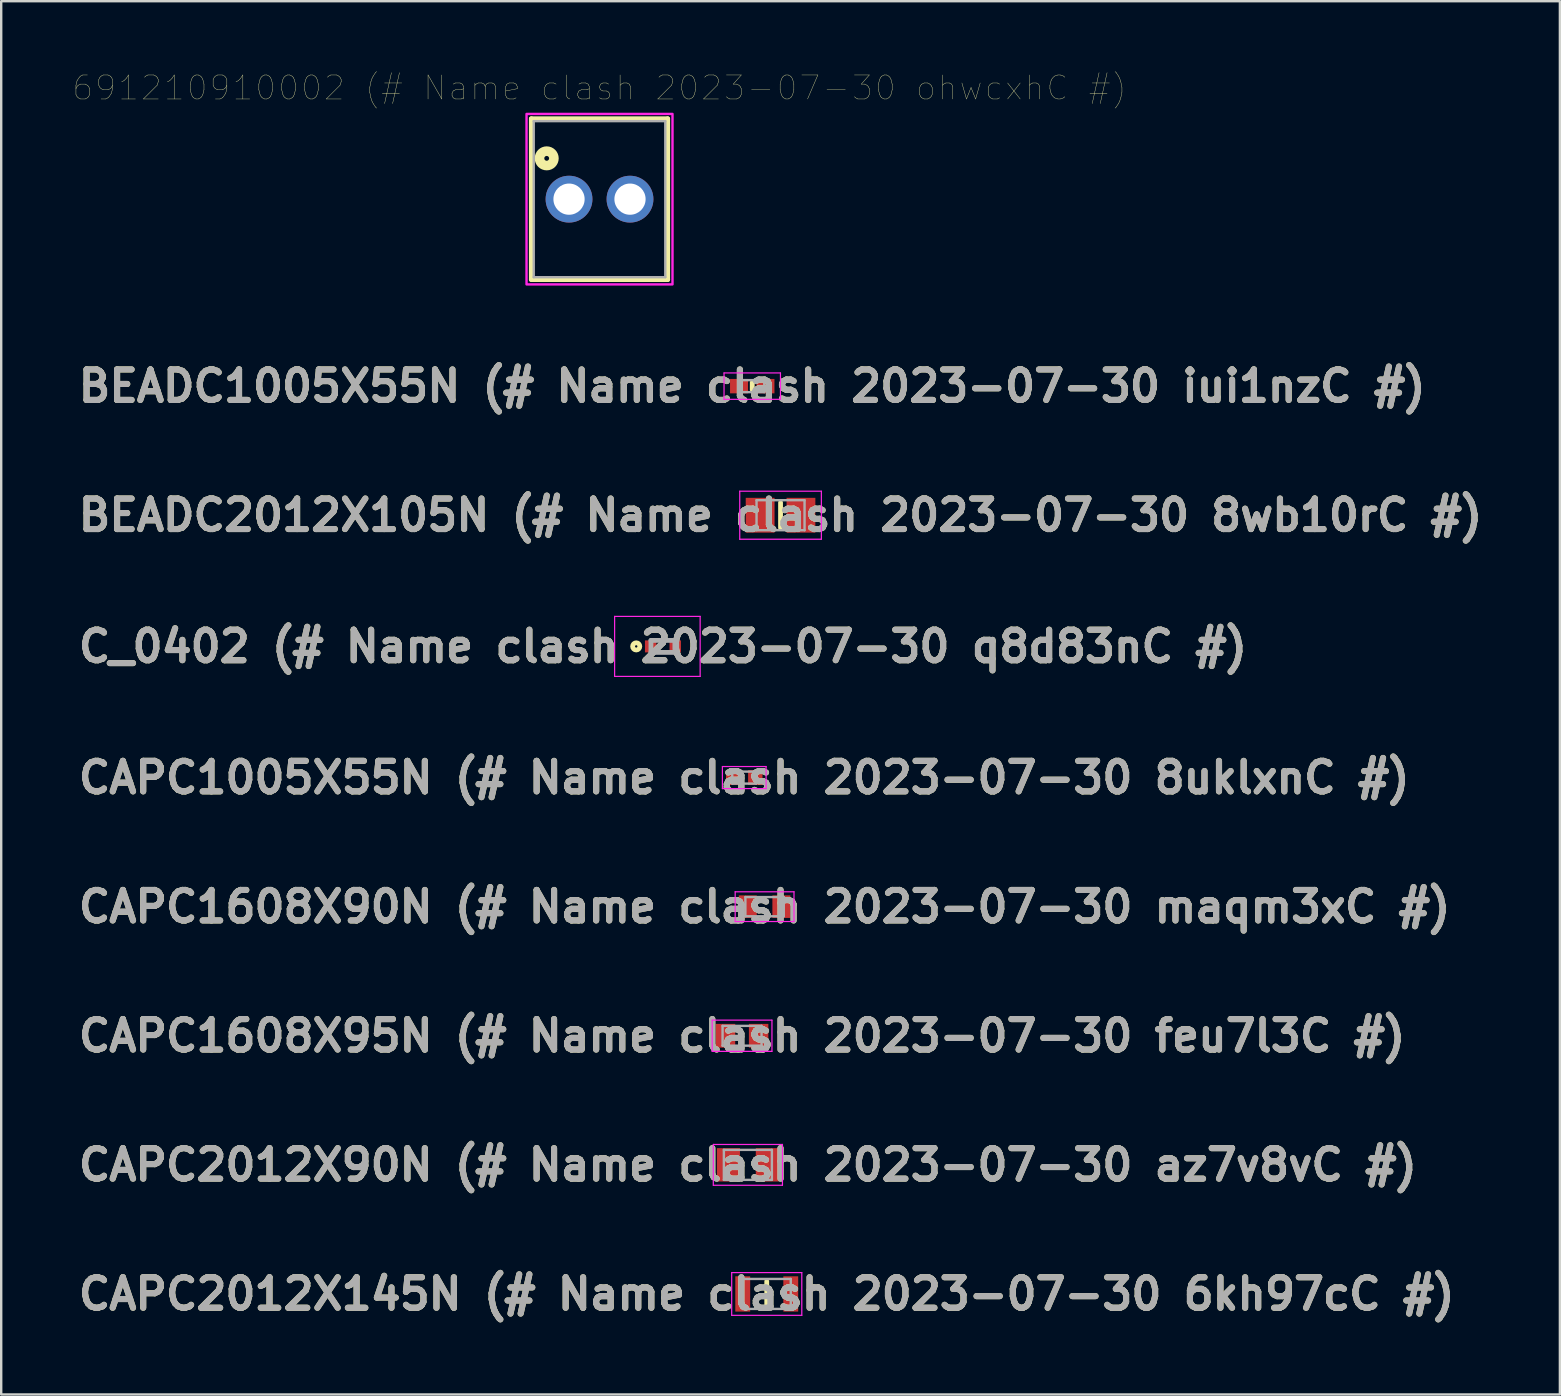
<source format=kicad_pcb>
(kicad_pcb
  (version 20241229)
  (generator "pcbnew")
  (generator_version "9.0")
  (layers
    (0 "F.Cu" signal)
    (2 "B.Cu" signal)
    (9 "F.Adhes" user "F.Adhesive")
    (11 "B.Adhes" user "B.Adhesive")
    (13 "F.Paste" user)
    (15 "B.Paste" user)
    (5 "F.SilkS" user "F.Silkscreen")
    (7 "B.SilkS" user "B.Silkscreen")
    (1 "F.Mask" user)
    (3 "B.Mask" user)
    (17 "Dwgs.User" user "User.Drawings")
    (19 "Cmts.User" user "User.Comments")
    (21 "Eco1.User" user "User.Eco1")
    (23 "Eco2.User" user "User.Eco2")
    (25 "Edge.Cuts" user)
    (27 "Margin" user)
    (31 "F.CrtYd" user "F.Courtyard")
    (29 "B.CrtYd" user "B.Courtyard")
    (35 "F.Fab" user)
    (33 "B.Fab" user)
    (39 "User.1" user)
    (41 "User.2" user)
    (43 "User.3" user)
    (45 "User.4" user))
  (footprint "CAPC1608X95N (# Name clash 2023-07-30 feu7l3C #)"
    (layer "F.Cu")
    (at 27.861 40.095)
    (property "Reference" "CAPC1608X95N (# Name clash 2023-07-30 feu7l3C #)" (at 0 0 0) (layer "F.SilkS") (effects (font (size 1.27 1.27) (thickness 0.254))))
    (attr smd)
    (fp_line (start -1.245 -0.65) (end 1.245 -0.65) (stroke (width 0.05) (type solid)) (layer "F.CrtYd"))
    (fp_line (start -1.245 0.65) (end -1.245 -0.65) (stroke (width 0.05) (type solid)) (layer "F.CrtYd"))
    (fp_line (start 1.245 -0.65) (end 1.245 0.65) (stroke (width 0.05) (type solid)) (layer "F.CrtYd"))
    (fp_line (start 1.245 0.65) (end -1.245 0.65) (stroke (width 0.05) (type solid)) (layer "F.CrtYd"))
    (fp_line (start -0.812 -0.412) (end 0.812 -0.412) (stroke (width 0.1) (type solid)) (layer "F.Fab"))
    (fp_line (start -0.812 0.412) (end -0.812 -0.412) (stroke (width 0.1) (type solid)) (layer "F.Fab"))
    (fp_line (start 0.812 -0.412) (end 0.812 0.412) (stroke (width 0.1) (type solid)) (layer "F.Fab"))
    (fp_line (start 0.812 0.412) (end -0.812 0.412) (stroke (width 0.1) (type solid)) (layer "F.Fab"))
    (fp_text user "${REFERENCE}" (at 0 0 0) (layer "F.Fab") (effects (font (size 1.27 1.27) (thickness 0.254))))
    (pad "1" smd rect (at -0.69 0) (size 0.81 0.99) (layers "F.Cu" "F.Mask" "F.Paste"))
    (pad "2" smd rect (at 0.69 0) (size 0.81 0.99) (layers "F.Cu" "F.Mask" "F.Paste")))
  (footprint "CAPC2012X145N (# Name clash 2023-07-30 6kh97cC #)"
    (layer "F.Cu")
    (at 28.889 50.85)
    (property "Reference" "CAPC2012X145N (# Name clash 2023-07-30 6kh97cC #)" (at 0 0 0) (layer "F.SilkS") (effects (font (size 1.27 1.27) (thickness 0.254))))
    (attr smd)
    (fp_line (start 0 -0.525) (end 0 0.525) (stroke (width 0.2) (type solid)) (layer "F.SilkS"))
    (fp_line (start -1.46 -0.89) (end 1.46 -0.89) (stroke (width 0.05) (type solid)) (layer "F.CrtYd"))
    (fp_line (start -1.46 0.89) (end -1.46 -0.89) (stroke (width 0.05) (type solid)) (layer "F.CrtYd"))
    (fp_line (start 1.46 -0.89) (end 1.46 0.89) (stroke (width 0.05) (type solid)) (layer "F.CrtYd"))
    (fp_line (start 1.46 0.89) (end -1.46 0.89) (stroke (width 0.05) (type solid)) (layer "F.CrtYd"))
    (fp_line (start -1 -0.625) (end 1 -0.625) (stroke (width 0.1) (type solid)) (layer "F.Fab"))
    (fp_line (start -1 0.625) (end -1 -0.625) (stroke (width 0.1) (type solid)) (layer "F.Fab"))
    (fp_line (start 1 -0.625) (end 1 0.625) (stroke (width 0.1) (type solid)) (layer "F.Fab"))
    (fp_line (start 1 0.625) (end -1 0.625) (stroke (width 0.1) (type solid)) (layer "F.Fab"))
    (fp_text user "${REFERENCE}" (at 0 0 0) (layer "F.Fab") (effects (font (size 1.27 1.27) (thickness 0.254))))
    (pad "1" smd rect (at -1 0) (size 0.62 1.47) (layers "F.Cu" "F.Mask" "F.Paste"))
    (pad "2" smd rect (at 1 0) (size 0.62 1.47) (layers "F.Cu" "F.Mask" "F.Paste")))
  (footprint "CAPC2012X90N (# Name clash 2023-07-30 az7v8vC #)"
    (layer "F.Cu")
    (at 28.103 45.472)
    (property "Reference" "CAPC2012X90N (# Name clash 2023-07-30 az7v8vC #)" (at 0 0 0) (layer "F.SilkS") (effects (font (size 1.27 1.27) (thickness 0.254))))
    (attr smd)
    (fp_line (start -1.44 -0.85) (end 1.44 -0.85) (stroke (width 0.05) (type solid)) (layer "F.CrtYd"))
    (fp_line (start -1.44 0.85) (end -1.44 -0.85) (stroke (width 0.05) (type solid)) (layer "F.CrtYd"))
    (fp_line (start 1.44 -0.85) (end 1.44 0.85) (stroke (width 0.05) (type solid)) (layer "F.CrtYd"))
    (fp_line (start 1.44 0.85) (end -1.44 0.85) (stroke (width 0.05) (type solid)) (layer "F.CrtYd"))
    (fp_line (start -1 -0.625) (end 1 -0.625) (stroke (width 0.1) (type solid)) (layer "F.Fab"))
    (fp_line (start -1 0.625) (end -1 -0.625) (stroke (width 0.1) (type solid)) (layer "F.Fab"))
    (fp_line (start 1 -0.625) (end 1 0.625) (stroke (width 0.1) (type solid)) (layer "F.Fab"))
    (fp_line (start 1 0.625) (end -1 0.625) (stroke (width 0.1) (type solid)) (layer "F.Fab"))
    (fp_text user "${REFERENCE}" (at 0 0 0) (layer "F.Fab") (effects (font (size 1.27 1.27) (thickness 0.254))))
    (pad "1" smd rect (at -0.81 0) (size 0.96 1.39) (layers "F.Cu" "F.Mask" "F.Paste"))
    (pad "2" smd rect (at 0.81 0) (size 0.96 1.39) (layers "F.Cu" "F.Mask" "F.Paste")))
  (footprint "691210910002 (# Name clash 2023-07-30 ohwcxhC #)"
    (layer "F.Cu")
    (at 21.923 5.246)
    (property "Reference" "691210910002 (# Name clash 2023-07-30 ohwcxhC #)" (at 0 -4.635 0) (layer "F.SilkS") (effects (font (size 1 1) (thickness 0.015))))
    (attr through_hole)
    (fp_line (start -2.84 -3.35) (end 2.84 -3.35) (stroke (width 0.2) (type solid)) (layer "F.SilkS"))
    (fp_line (start -2.84 3.35) (end -2.84 -3.35) (stroke (width 0.2) (type solid)) (layer "F.SilkS"))
    (fp_line (start 2.84 -3.35) (end 2.84 3.35) (stroke (width 0.2) (type solid)) (layer "F.SilkS"))
    (fp_line (start 2.84 3.35) (end -2.84 3.35) (stroke (width 0.2) (type solid)) (layer "F.SilkS"))
    (fp_circle (center -2.2 -1.7) (end -2.1 -1.7) (stroke (width 0.4) (type solid)) (fill no) (layer "F.SilkS"))
    (fp_poly (pts (xy -3.04 -3.55) (xy 3.04 -3.55) (xy 3.04 3.55) (xy -3.04 3.55)) (stroke (width 0.1) (type solid)) (fill no) (layer "F.CrtYd"))
    (fp_line (start -2.74 -3.25) (end -2.74 3.25) (stroke (width 0.1) (type solid)) (layer "F.Fab"))
    (fp_line (start -2.74 3.25) (end 2.74 3.25) (stroke (width 0.1) (type solid)) (layer "F.Fab"))
    (fp_line (start 2.74 -3.25) (end -2.74 -3.25) (stroke (width 0.1) (type solid)) (layer "F.Fab"))
    (fp_line (start 2.74 3.25) (end 2.74 -3.25) (stroke (width 0.1) (type solid)) (layer "F.Fab"))
    (pad "1" thru_hole circle (at -1.27 0) (size 1.95 1.95) (drill 1.3) (layers "*.Cu" "*.Mask"))
    (pad "2" thru_hole circle (at 1.27 0) (size 1.95 1.95) (drill 1.3) (layers "*.Cu" "*.Mask")))
  (footprint "CAPC1005X55N (# Name clash 2023-07-30 8uklxnC #)"
    (layer "F.Cu")
    (at 27.952 29.34)
    (property "Reference" "CAPC1005X55N (# Name clash 2023-07-30 8uklxnC #)" (at 0 0 0) (layer "F.SilkS") (effects (font (size 1.27 1.27) (thickness 0.254))))
    (attr smd)
    (fp_line (start -0.91 -0.46) (end 0.91 -0.46) (stroke (width 0.05) (type solid)) (layer "F.CrtYd"))
    (fp_line (start -0.91 0.46) (end -0.91 -0.46) (stroke (width 0.05) (type solid)) (layer "F.CrtYd"))
    (fp_line (start 0.91 -0.46) (end 0.91 0.46) (stroke (width 0.05) (type solid)) (layer "F.CrtYd"))
    (fp_line (start 0.91 0.46) (end -0.91 0.46) (stroke (width 0.05) (type solid)) (layer "F.CrtYd"))
    (fp_line (start -0.5 -0.25) (end 0.5 -0.25) (stroke (width 0.1) (type solid)) (layer "F.Fab"))
    (fp_line (start -0.5 0.25) (end -0.5 -0.25) (stroke (width 0.1) (type solid)) (layer "F.Fab"))
    (fp_line (start 0.5 -0.25) (end 0.5 0.25) (stroke (width 0.1) (type solid)) (layer "F.Fab"))
    (fp_line (start 0.5 0.25) (end -0.5 0.25) (stroke (width 0.1) (type solid)) (layer "F.Fab"))
    (fp_text user "${REFERENCE}" (at 0 0 0) (layer "F.Fab") (effects (font (size 1.27 1.27) (thickness 0.254))))
    (pad "1" smd rect (at -0.46 0) (size 0.6 0.62) (layers "F.Cu" "F.Mask" "F.Paste"))
    (pad "2" smd rect (at 0.46 0) (size 0.6 0.62) (layers "F.Cu" "F.Mask" "F.Paste")))
  (footprint "BEADC1005X55N (# Name clash 2023-07-30 iui1nzC #)"
    (layer "F.Cu")
    (at 28.285 13.035)
    (property "Reference" "BEADC1005X55N (# Name clash 2023-07-30 iui1nzC #)" (at 0 0 0) (layer "F.SilkS") (effects (font (size 1.27 1.27) (thickness 0.254))))
    (attr smd)
    (fp_line (start 0 -0.15) (end 0 0.15) (stroke (width 0.2) (type solid)) (layer "F.SilkS"))
    (fp_line (start -1.175 -0.55) (end 1.175 -0.55) (stroke (width 0.05) (type solid)) (layer "F.CrtYd"))
    (fp_line (start -1.175 0.55) (end -1.175 -0.55) (stroke (width 0.05) (type solid)) (layer "F.CrtYd"))
    (fp_line (start 1.175 -0.55) (end 1.175 0.55) (stroke (width 0.05) (type solid)) (layer "F.CrtYd"))
    (fp_line (start 1.175 0.55) (end -1.175 0.55) (stroke (width 0.05) (type solid)) (layer "F.CrtYd"))
    (fp_line (start -0.5 -0.25) (end 0.5 -0.25) (stroke (width 0.1) (type solid)) (layer "F.Fab"))
    (fp_line (start -0.5 0.25) (end -0.5 -0.25) (stroke (width 0.1) (type solid)) (layer "F.Fab"))
    (fp_line (start 0.5 -0.25) (end 0.5 0.25) (stroke (width 0.1) (type solid)) (layer "F.Fab"))
    (fp_line (start 0.5 0.25) (end -0.5 0.25) (stroke (width 0.1) (type solid)) (layer "F.Fab"))
    (fp_text user "${REFERENCE}" (at 0 0 0) (layer "F.Fab") (effects (font (size 1.27 1.27) (thickness 0.254))))
    (pad "1" smd rect (at -0.55 0 90) (size 0.6 0.75) (layers "F.Cu" "F.Mask" "F.Paste"))
    (pad "2" smd rect (at 0.55 0 90) (size 0.6 0.75) (layers "F.Cu" "F.Mask" "F.Paste")))
  (footprint "C_0402 (# Name clash 2023-07-30 q8d83nC #)"
    (layer "F.Cu")
    (at 24.565 23.876)
    (property "Reference" "C_0402 (# Name clash 2023-07-30 q8d83nC #)" (at 0 0 0) (layer "F.SilkS") (effects (font (size 1.27 1.27) (thickness 0.254))))
    (attr smd)
    (fp_circle (center -1.113 0) (end -1.113 0.05) (stroke (width 0.2) (type solid)) (fill no) (layer "F.SilkS"))
    (fp_line (start -2.013 -1.25) (end 1.55 -1.25) (stroke (width 0.05) (type solid)) (layer "F.CrtYd"))
    (fp_line (start -2.013 1.25) (end -2.013 -1.25) (stroke (width 0.05) (type solid)) (layer "F.CrtYd"))
    (fp_line (start 1.55 -1.25) (end 1.55 1.25) (stroke (width 0.05) (type solid)) (layer "F.CrtYd"))
    (fp_line (start 1.55 1.25) (end -2.013 1.25) (stroke (width 0.05) (type solid)) (layer "F.CrtYd"))
    (fp_line (start -0.5 -0.25) (end 0.5 -0.25) (stroke (width 0.2) (type solid)) (layer "F.Fab"))
    (fp_line (start -0.5 0.25) (end -0.5 -0.25) (stroke (width 0.2) (type solid)) (layer "F.Fab"))
    (fp_line (start 0.5 -0.25) (end 0.5 0.25) (stroke (width 0.2) (type solid)) (layer "F.Fab"))
    (fp_line (start 0.5 0.25) (end -0.5 0.25) (stroke (width 0.2) (type solid)) (layer "F.Fab"))
    (fp_text user "${REFERENCE}" (at 0 0 0) (layer "F.Fab") (effects (font (size 1.27 1.27) (thickness 0.254))))
    (pad "1" smd rect (at -0.512 0) (size 0.475 0.5) (layers "F.Cu" "F.Mask" "F.Paste"))
    (pad "2" smd rect (at 0.512 0) (size 0.475 0.5) (layers "F.Cu" "F.Mask" "F.Paste")))
  (footprint "BEADC2012X105N (# Name clash 2023-07-30 8wb10rC #)"
    (layer "F.Cu")
    (at 29.464 18.412)
    (property "Reference" "BEADC2012X105N (# Name clash 2023-07-30 8wb10rC #)" (at 0 0 0) (layer "F.SilkS") (effects (font (size 1.27 1.27) (thickness 0.254))))
    (attr smd)
    (fp_line (start 0 -0.525) (end 0 0.525) (stroke (width 0.2) (type solid)) (layer "F.SilkS"))
    (fp_line (start -1.7 -1) (end 1.7 -1) (stroke (width 0.05) (type solid)) (layer "F.CrtYd"))
    (fp_line (start -1.7 1) (end -1.7 -1) (stroke (width 0.05) (type solid)) (layer "F.CrtYd"))
    (fp_line (start 1.7 -1) (end 1.7 1) (stroke (width 0.05) (type solid)) (layer "F.CrtYd"))
    (fp_line (start 1.7 1) (end -1.7 1) (stroke (width 0.05) (type solid)) (layer "F.CrtYd"))
    (fp_line (start -1 -0.625) (end 1 -0.625) (stroke (width 0.1) (type solid)) (layer "F.Fab"))
    (fp_line (start -1 0.625) (end -1 -0.625) (stroke (width 0.1) (type solid)) (layer "F.Fab"))
    (fp_line (start 1 -0.625) (end 1 0.625) (stroke (width 0.1) (type solid)) (layer "F.Fab"))
    (fp_line (start 1 0.625) (end -1 0.625) (stroke (width 0.1) (type solid)) (layer "F.Fab"))
    (fp_text user "${REFERENCE}" (at 0 0 0) (layer "F.Fab") (effects (font (size 1.27 1.27) (thickness 0.254))))
    (pad "1" smd rect (at -0.85 0) (size 1.2 1.45) (layers "F.Cu" "F.Mask" "F.Paste"))
    (pad "2" smd rect (at 0.85 0) (size 1.2 1.45) (layers "F.Cu" "F.Mask" "F.Paste")))
  (footprint "CAPC1608X90N (# Name clash 2023-07-30 maqm3xC #)"
    (layer "F.Cu")
    (at 28.799 34.717)
    (property "Reference" "CAPC1608X90N (# Name clash 2023-07-30 maqm3xC #)" (at 0 0 0) (layer "F.SilkS") (effects (font (size 1.27 1.27) (thickness 0.254))))
    (attr smd)
    (fp_line (start -1.225 -0.62) (end 1.225 -0.62) (stroke (width 0.05) (type solid)) (layer "F.CrtYd"))
    (fp_line (start -1.225 0.62) (end -1.225 -0.62) (stroke (width 0.05) (type solid)) (layer "F.CrtYd"))
    (fp_line (start 1.225 -0.62) (end 1.225 0.62) (stroke (width 0.05) (type solid)) (layer "F.CrtYd"))
    (fp_line (start 1.225 0.62) (end -1.225 0.62) (stroke (width 0.05) (type solid)) (layer "F.CrtYd"))
    (fp_line (start -0.8 -0.4) (end 0.8 -0.4) (stroke (width 0.1) (type solid)) (layer "F.Fab"))
    (fp_line (start -0.8 0.4) (end -0.8 -0.4) (stroke (width 0.1) (type solid)) (layer "F.Fab"))
    (fp_line (start 0.8 -0.4) (end 0.8 0.4) (stroke (width 0.1) (type solid)) (layer "F.Fab"))
    (fp_line (start 0.8 0.4) (end -0.8 0.4) (stroke (width 0.1) (type solid)) (layer "F.Fab"))
    (fp_text user "${REFERENCE}" (at 0 0 0) (layer "F.Fab") (effects (font (size 1.27 1.27) (thickness 0.254))))
    (pad "1" smd rect (at -0.7 0) (size 0.75 0.94) (layers "F.Cu" "F.Mask" "F.Paste"))
    (pad "2" smd rect (at 0.7 0) (size 0.75 0.94) (layers "F.Cu" "F.Mask" "F.Paste")))
  (gr_rect
    (start -3 -3)
    (end 61.928 55.038)
    (stroke (width 0.1) (type default))
    (fill no)
    (layer "Edge.Cuts")))
</source>
